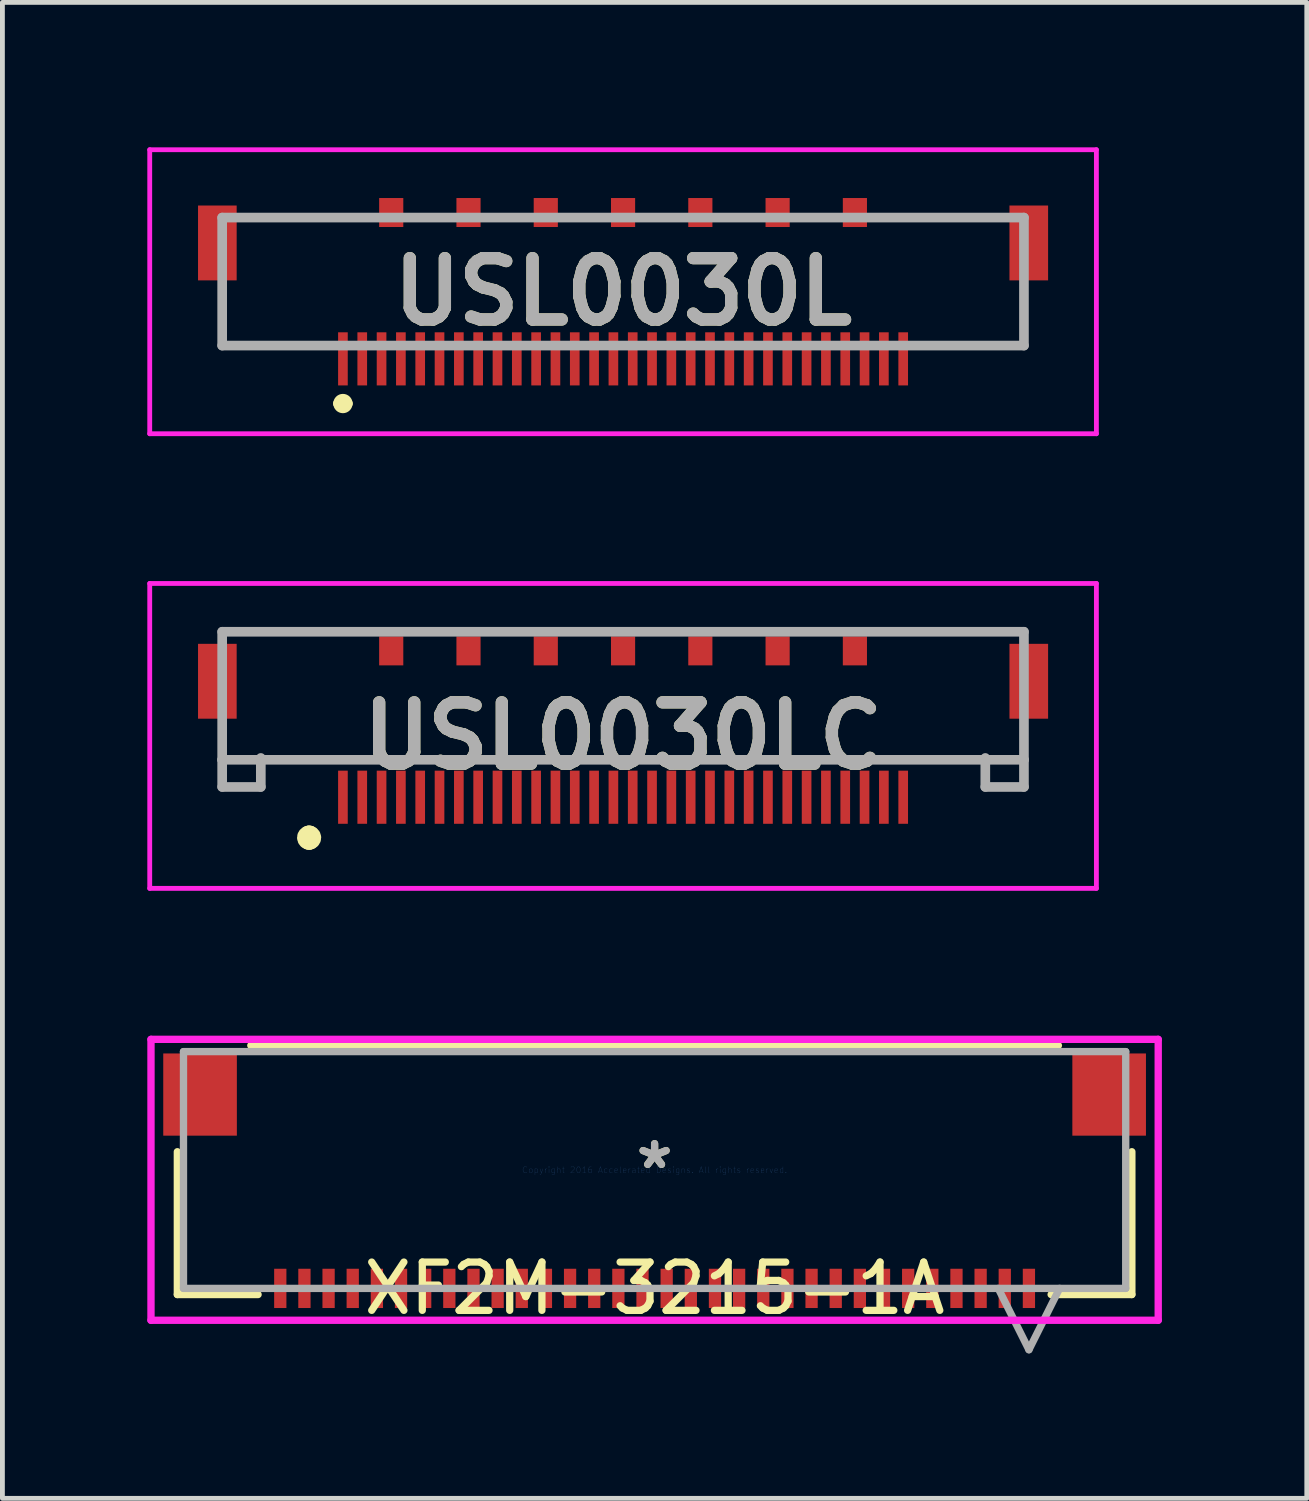
<source format=kicad_pcb>
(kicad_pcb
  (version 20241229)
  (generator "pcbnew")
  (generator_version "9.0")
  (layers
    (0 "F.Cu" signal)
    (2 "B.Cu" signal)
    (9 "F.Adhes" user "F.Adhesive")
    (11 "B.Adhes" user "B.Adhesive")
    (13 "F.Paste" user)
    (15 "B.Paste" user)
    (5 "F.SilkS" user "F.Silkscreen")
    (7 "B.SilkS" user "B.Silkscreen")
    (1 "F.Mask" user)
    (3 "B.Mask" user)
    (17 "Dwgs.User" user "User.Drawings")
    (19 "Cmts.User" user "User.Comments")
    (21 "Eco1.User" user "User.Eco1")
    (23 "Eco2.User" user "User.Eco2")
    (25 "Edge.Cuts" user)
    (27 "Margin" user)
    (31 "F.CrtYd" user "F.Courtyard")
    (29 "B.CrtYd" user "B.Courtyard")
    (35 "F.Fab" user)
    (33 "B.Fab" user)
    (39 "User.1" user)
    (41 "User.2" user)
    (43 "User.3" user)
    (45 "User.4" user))
  (footprint "USL0030LC"
    (layer "F.Cu")
    (at 9.85 11.743)
    (property "Reference" "USL0030LC" (at 0 0.444 0) (layer "F.SilkS") (effects (font (size 1.27 1.27) (thickness 0.254))))
    (attr smd)
    (fp_line (start -8.3 -1.713) (end -5.5 -1.713) (stroke (width 0.1) (type solid)) (layer "F.SilkS"))
    (fp_line (start -8.3 0.938) (end -8.3 0.5) (stroke (width 0.1) (type solid)) (layer "F.SilkS"))
    (fp_line (start -6.5 0.938) (end -8.3 0.938) (stroke (width 0.1) (type solid)) (layer "F.SilkS"))
    (fp_line (start -6.5 2.5) (end -6.5 2.5) (stroke (width 0.4) (type solid)) (layer "F.SilkS"))
    (fp_line (start -6.5 2.6) (end -6.5 2.6) (stroke (width 0.4) (type solid)) (layer "F.SilkS"))
    (fp_line (start 5.5 -1.713) (end 7.5 -1.713) (stroke (width 0.1) (type solid)) (layer "F.SilkS"))
    (fp_line (start 6.5 0.938) (end 8.3 0.938) (stroke (width 0.1) (type solid)) (layer "F.SilkS"))
    (fp_line (start 8.3 0.938) (end 8.3 0.5) (stroke (width 0.1) (type solid)) (layer "F.SilkS"))
    (fp_arc (start -6.5 2.5) (mid -6.45 2.55) (end -6.5 2.6) (stroke (width 0.4) (type solid)) (layer "F.SilkS"))
    (fp_arc (start -6.5 2.6) (mid -6.55 2.55) (end -6.5 2.5) (stroke (width 0.4) (type solid)) (layer "F.SilkS"))
    (fp_line (start -9.8 -2.713) (end -9.8 3.6) (stroke (width 0.1) (type solid)) (layer "F.CrtYd"))
    (fp_line (start -9.8 3.6) (end 9.8 3.6) (stroke (width 0.1) (type solid)) (layer "F.CrtYd"))
    (fp_line (start 9.8 -2.713) (end -9.8 -2.713) (stroke (width 0.1) (type solid)) (layer "F.CrtYd"))
    (fp_line (start 9.8 3.6) (end 9.8 -2.713) (stroke (width 0.1) (type solid)) (layer "F.CrtYd"))
    (fp_line (start -8.3 -1.713) (end -8.3 0.938) (stroke (width 0.2) (type solid)) (layer "F.Fab"))
    (fp_line (start -8.3 0.938) (end -8.3 1.5) (stroke (width 0.2) (type solid)) (layer "F.Fab"))
    (fp_line (start -8.3 0.938) (end 8.3 0.938) (stroke (width 0.2) (type solid)) (layer "F.Fab"))
    (fp_line (start -8.3 1.5) (end -7.5 1.5) (stroke (width 0.2) (type solid)) (layer "F.Fab"))
    (fp_line (start -7.5 1.5) (end -7.5 0.9) (stroke (width 0.2) (type solid)) (layer "F.Fab"))
    (fp_line (start 7.5 1.5) (end 7.5 0.9) (stroke (width 0.2) (type solid)) (layer "F.Fab"))
    (fp_line (start 8.3 -1.713) (end -8.3 -1.713) (stroke (width 0.2) (type solid)) (layer "F.Fab"))
    (fp_line (start 8.3 0.938) (end 8.3 -1.713) (stroke (width 0.2) (type solid)) (layer "F.Fab"))
    (fp_line (start 8.3 0.938) (end 8.3 1.5) (stroke (width 0.2) (type solid)) (layer "F.Fab"))
    (fp_line (start 8.3 1.5) (end 7.5 1.5) (stroke (width 0.2) (type solid)) (layer "F.Fab"))
    (fp_text user "${REFERENCE}" (at 0 0.444 0) (layer "F.Fab") (effects (font (size 1.27 1.27) (thickness 0.254))))
    (pad "1" smd rect (at -5.8 1.713) (size 0.2 1.1) (layers "F.Cu" "F.Mask" "F.Paste"))
    (pad "2" smd rect (at -5.4 1.713) (size 0.2 1.1) (layers "F.Cu" "F.Mask" "F.Paste"))
    (pad "3" smd rect (at -5 1.713) (size 0.2 1.1) (layers "F.Cu" "F.Mask" "F.Paste"))
    (pad "4" smd rect (at -4.6 1.713) (size 0.2 1.1) (layers "F.Cu" "F.Mask" "F.Paste"))
    (pad "5" smd rect (at -4.2 1.713) (size 0.2 1.1) (layers "F.Cu" "F.Mask" "F.Paste"))
    (pad "6" smd rect (at -3.8 1.713) (size 0.2 1.1) (layers "F.Cu" "F.Mask" "F.Paste"))
    (pad "7" smd rect (at -3.4 1.713) (size 0.2 1.1) (layers "F.Cu" "F.Mask" "F.Paste"))
    (pad "8" smd rect (at -3 1.713) (size 0.2 1.1) (layers "F.Cu" "F.Mask" "F.Paste"))
    (pad "9" smd rect (at -2.6 1.713) (size 0.2 1.1) (layers "F.Cu" "F.Mask" "F.Paste"))
    (pad "10" smd rect (at -2.2 1.713) (size 0.2 1.1) (layers "F.Cu" "F.Mask" "F.Paste"))
    (pad "11" smd rect (at -1.8 1.713) (size 0.2 1.1) (layers "F.Cu" "F.Mask" "F.Paste"))
    (pad "12" smd rect (at -1.4 1.713) (size 0.2 1.1) (layers "F.Cu" "F.Mask" "F.Paste"))
    (pad "13" smd rect (at -1 1.713) (size 0.2 1.1) (layers "F.Cu" "F.Mask" "F.Paste"))
    (pad "14" smd rect (at -0.6 1.713) (size 0.2 1.1) (layers "F.Cu" "F.Mask" "F.Paste"))
    (pad "15" smd rect (at -0.2 1.713) (size 0.2 1.1) (layers "F.Cu" "F.Mask" "F.Paste"))
    (pad "16" smd rect (at 0.2 1.713) (size 0.2 1.1) (layers "F.Cu" "F.Mask" "F.Paste"))
    (pad "17" smd rect (at 0.6 1.713) (size 0.2 1.1) (layers "F.Cu" "F.Mask" "F.Paste"))
    (pad "18" smd rect (at 1 1.713) (size 0.2 1.1) (layers "F.Cu" "F.Mask" "F.Paste"))
    (pad "19" smd rect (at 1.4 1.713) (size 0.2 1.1) (layers "F.Cu" "F.Mask" "F.Paste"))
    (pad "20" smd rect (at 1.8 1.713) (size 0.2 1.1) (layers "F.Cu" "F.Mask" "F.Paste"))
    (pad "21" smd rect (at 2.2 1.713) (size 0.2 1.1) (layers "F.Cu" "F.Mask" "F.Paste"))
    (pad "22" smd rect (at 2.6 1.713) (size 0.2 1.1) (layers "F.Cu" "F.Mask" "F.Paste"))
    (pad "23" smd rect (at 3 1.713) (size 0.2 1.1) (layers "F.Cu" "F.Mask" "F.Paste"))
    (pad "24" smd rect (at 3.4 1.713) (size 0.2 1.1) (layers "F.Cu" "F.Mask" "F.Paste"))
    (pad "25" smd rect (at 3.8 1.713) (size 0.2 1.1) (layers "F.Cu" "F.Mask" "F.Paste"))
    (pad "26" smd rect (at 4.2 1.713) (size 0.2 1.1) (layers "F.Cu" "F.Mask" "F.Paste"))
    (pad "27" smd rect (at 4.6 1.713) (size 0.2 1.1) (layers "F.Cu" "F.Mask" "F.Paste"))
    (pad "28" smd rect (at 5 1.713) (size 0.2 1.1) (layers "F.Cu" "F.Mask" "F.Paste"))
    (pad "29" smd rect (at 5.4 1.713) (size 0.2 1.1) (layers "F.Cu" "F.Mask" "F.Paste"))
    (pad "30" smd rect (at 5.8 1.713) (size 0.2 1.1) (layers "F.Cu" "F.Mask" "F.Paste"))
    (pad "MP1" smd rect (at -8.4 -0.688) (size 0.8 1.55) (layers "F.Cu" "F.Mask" "F.Paste"))
    (pad "MP2" smd rect (at 8.4 -0.688) (size 0.8 1.55) (layers "F.Cu" "F.Mask" "F.Paste"))
    (pad "MP3" smd rect (at -4.8 -1.317) (size 0.5 0.6) (layers "F.Cu" "F.Mask" "F.Paste"))
    (pad "MP4" smd rect (at -3.2 -1.317) (size 0.5 0.6) (layers "F.Cu" "F.Mask" "F.Paste"))
    (pad "MP5" smd rect (at -1.6 -1.317) (size 0.5 0.6) (layers "F.Cu" "F.Mask" "F.Paste"))
    (pad "MP6" smd rect (at 0 -1.317) (size 0.5 0.6) (layers "F.Cu" "F.Mask" "F.Paste"))
    (pad "MP7" smd rect (at 1.6 -1.317) (size 0.5 0.6) (layers "F.Cu" "F.Mask" "F.Paste"))
    (pad "MP8" smd rect (at 3.2 -1.317) (size 0.5 0.6) (layers "F.Cu" "F.Mask" "F.Paste"))
    (pad "MP9" smd rect (at 4.8 -1.317) (size 0.5 0.6) (layers "F.Cu" "F.Mask" "F.Paste")))
  (footprint "USL0030L"
    (layer "F.Cu")
    (at 9.85 4.105)
    (property "Reference" "USL0030L" (at 0 -1.115 0) (layer "F.SilkS") (effects (font (size 1.27 1.27) (thickness 0.254))))
    (attr smd)
    (fp_line (start -8.3 -1) (end -8.3 0) (stroke (width 0.1) (type solid)) (layer "F.SilkS"))
    (fp_line (start -8.3 0) (end -6.5 0) (stroke (width 0.1) (type solid)) (layer "F.SilkS"))
    (fp_line (start -7.5 -2.65) (end -5.5 -2.65) (stroke (width 0.1) (type solid)) (layer "F.SilkS"))
    (fp_line (start -5.9 1.2) (end -5.9 1.2) (stroke (width 0.2) (type solid)) (layer "F.SilkS"))
    (fp_line (start -5.7 1.2) (end -5.7 1.2) (stroke (width 0.2) (type solid)) (layer "F.SilkS"))
    (fp_line (start 5.5 -2.65) (end 7.5 -2.65) (stroke (width 0.1) (type solid)) (layer "F.SilkS"))
    (fp_line (start 6.5 0) (end 8.3 0) (stroke (width 0.1) (type solid)) (layer "F.SilkS"))
    (fp_line (start 8.3 0) (end 8.3 -1) (stroke (width 0.1) (type solid)) (layer "F.SilkS"))
    (fp_arc (start -5.9 1.2) (mid -5.8 1.1) (end -5.7 1.2) (stroke (width 0.2) (type solid)) (layer "F.SilkS"))
    (fp_arc (start -5.7 1.2) (mid -5.8 1.3) (end -5.9 1.2) (stroke (width 0.2) (type solid)) (layer "F.SilkS"))
    (fp_line (start -9.8 -4.055) (end 9.8 -4.055) (stroke (width 0.1) (type solid)) (layer "F.CrtYd"))
    (fp_line (start -9.8 1.825) (end -9.8 -4.055) (stroke (width 0.1) (type solid)) (layer "F.CrtYd"))
    (fp_line (start 9.8 -4.055) (end 9.8 1.825) (stroke (width 0.1) (type solid)) (layer "F.CrtYd"))
    (fp_line (start 9.8 1.825) (end -9.8 1.825) (stroke (width 0.1) (type solid)) (layer "F.CrtYd"))
    (fp_line (start -8.3 -2.65) (end 8.3 -2.65) (stroke (width 0.2) (type solid)) (layer "F.Fab"))
    (fp_line (start -8.3 0) (end -8.3 -2.65) (stroke (width 0.2) (type solid)) (layer "F.Fab"))
    (fp_line (start 8.3 -2.65) (end 8.3 0) (stroke (width 0.2) (type solid)) (layer "F.Fab"))
    (fp_line (start 8.3 0) (end -8.3 0) (stroke (width 0.2) (type solid)) (layer "F.Fab"))
    (fp_text user "${REFERENCE}" (at 0 -1.115 0) (layer "F.Fab") (effects (font (size 1.27 1.27) (thickness 0.254))))
    (pad "1" smd rect (at -5.8 0.275) (size 0.2 1.1) (layers "F.Cu" "F.Mask" "F.Paste"))
    (pad "2" smd rect (at -5.4 0.275) (size 0.2 1.1) (layers "F.Cu" "F.Mask" "F.Paste"))
    (pad "3" smd rect (at -5 0.275) (size 0.2 1.1) (layers "F.Cu" "F.Mask" "F.Paste"))
    (pad "4" smd rect (at -4.6 0.275) (size 0.2 1.1) (layers "F.Cu" "F.Mask" "F.Paste"))
    (pad "5" smd rect (at -4.2 0.275) (size 0.2 1.1) (layers "F.Cu" "F.Mask" "F.Paste"))
    (pad "6" smd rect (at -3.8 0.275) (size 0.2 1.1) (layers "F.Cu" "F.Mask" "F.Paste"))
    (pad "7" smd rect (at -3.4 0.275) (size 0.2 1.1) (layers "F.Cu" "F.Mask" "F.Paste"))
    (pad "8" smd rect (at -3 0.275) (size 0.2 1.1) (layers "F.Cu" "F.Mask" "F.Paste"))
    (pad "9" smd rect (at -2.6 0.275) (size 0.2 1.1) (layers "F.Cu" "F.Mask" "F.Paste"))
    (pad "10" smd rect (at -2.2 0.275) (size 0.2 1.1) (layers "F.Cu" "F.Mask" "F.Paste"))
    (pad "11" smd rect (at -1.8 0.275) (size 0.2 1.1) (layers "F.Cu" "F.Mask" "F.Paste"))
    (pad "12" smd rect (at -1.4 0.275) (size 0.2 1.1) (layers "F.Cu" "F.Mask" "F.Paste"))
    (pad "13" smd rect (at -1 0.275) (size 0.2 1.1) (layers "F.Cu" "F.Mask" "F.Paste"))
    (pad "14" smd rect (at -0.6 0.275) (size 0.2 1.1) (layers "F.Cu" "F.Mask" "F.Paste"))
    (pad "15" smd rect (at -0.2 0.275) (size 0.2 1.1) (layers "F.Cu" "F.Mask" "F.Paste"))
    (pad "16" smd rect (at 0.2 0.275) (size 0.2 1.1) (layers "F.Cu" "F.Mask" "F.Paste"))
    (pad "17" smd rect (at 0.6 0.275) (size 0.2 1.1) (layers "F.Cu" "F.Mask" "F.Paste"))
    (pad "18" smd rect (at 1 0.275) (size 0.2 1.1) (layers "F.Cu" "F.Mask" "F.Paste"))
    (pad "19" smd rect (at 1.4 0.275) (size 0.2 1.1) (layers "F.Cu" "F.Mask" "F.Paste"))
    (pad "20" smd rect (at 1.8 0.275) (size 0.2 1.1) (layers "F.Cu" "F.Mask" "F.Paste"))
    (pad "21" smd rect (at 2.2 0.275) (size 0.2 1.1) (layers "F.Cu" "F.Mask" "F.Paste"))
    (pad "22" smd rect (at 2.6 0.275) (size 0.2 1.1) (layers "F.Cu" "F.Mask" "F.Paste"))
    (pad "23" smd rect (at 3 0.275) (size 0.2 1.1) (layers "F.Cu" "F.Mask" "F.Paste"))
    (pad "24" smd rect (at 3.4 0.275) (size 0.2 1.1) (layers "F.Cu" "F.Mask" "F.Paste"))
    (pad "25" smd rect (at 3.8 0.275) (size 0.2 1.1) (layers "F.Cu" "F.Mask" "F.Paste"))
    (pad "26" smd rect (at 4.2 0.275) (size 0.2 1.1) (layers "F.Cu" "F.Mask" "F.Paste"))
    (pad "27" smd rect (at 4.6 0.275) (size 0.2 1.1) (layers "F.Cu" "F.Mask" "F.Paste"))
    (pad "28" smd rect (at 5 0.275) (size 0.2 1.1) (layers "F.Cu" "F.Mask" "F.Paste"))
    (pad "29" smd rect (at 5.4 0.275) (size 0.2 1.1) (layers "F.Cu" "F.Mask" "F.Paste"))
    (pad "30" smd rect (at 5.8 0.275) (size 0.2 1.1) (layers "F.Cu" "F.Mask" "F.Paste"))
    (pad "G1" smd rect (at -4.8 -2.755) (size 0.5 0.6) (layers "F.Cu" "F.Mask" "F.Paste"))
    (pad "G2" smd rect (at -3.2 -2.755) (size 0.5 0.6) (layers "F.Cu" "F.Mask" "F.Paste"))
    (pad "G3" smd rect (at -1.6 -2.755) (size 0.5 0.6) (layers "F.Cu" "F.Mask" "F.Paste"))
    (pad "G4" smd rect (at 0 -2.755) (size 0.5 0.6) (layers "F.Cu" "F.Mask" "F.Paste"))
    (pad "G5" smd rect (at 1.6 -2.755) (size 0.5 0.6) (layers "F.Cu" "F.Mask" "F.Paste"))
    (pad "G6" smd rect (at 3.2 -2.755) (size 0.5 0.6) (layers "F.Cu" "F.Mask" "F.Paste"))
    (pad "G7" smd rect (at 4.8 -2.755) (size 0.5 0.6) (layers "F.Cu" "F.Mask" "F.Paste"))
    (pad "G8" smd rect (at -8.4 -2.125) (size 0.8 1.55) (layers "F.Cu" "F.Mask" "F.Paste"))
    (pad "G9" smd rect (at 8.4 -2.125) (size 0.8 1.55) (layers "F.Cu" "F.Mask" "F.Paste")))
  (footprint "XF2M-3215-1A"
    (layer "F.Cu")
    (at 10.503 21.174)
    (property "Reference" "XF2M-3215-1A" (at 0 2.451 0) (layer "F.SilkS") (effects (font (size 1 1) (thickness 0.15))))
    (attr through_hole)
    (fp_line (start -9.881 -0.378) (end -9.881 2.578) (stroke (width 0.152) (type solid)) (layer "F.SilkS"))
    (fp_line (start -9.881 2.578) (end -8.21 2.578) (stroke (width 0.152) (type solid)) (layer "F.SilkS"))
    (fp_line (start 8.21 2.578) (end 9.881 2.578) (stroke (width 0.152) (type solid)) (layer "F.SilkS"))
    (fp_line (start 8.36 -2.578) (end -8.36 -2.578) (stroke (width 0.152) (type solid)) (layer "F.SilkS"))
    (fp_line (start 9.881 2.578) (end 9.881 -0.378) (stroke (width 0.152) (type solid)) (layer "F.SilkS"))
    (fp_line (start -10.427 -2.705) (end -10.427 3.111) (stroke (width 0.152) (type solid)) (layer "F.CrtYd"))
    (fp_line (start -10.427 3.111) (end 10.427 3.111) (stroke (width 0.152) (type solid)) (layer "F.CrtYd"))
    (fp_line (start 10.427 -2.705) (end -10.427 -2.705) (stroke (width 0.152) (type solid)) (layer "F.CrtYd"))
    (fp_line (start 10.427 3.111) (end 10.427 -2.705) (stroke (width 0.152) (type solid)) (layer "F.CrtYd"))
    (fp_line (start -9.754 -2.451) (end -9.754 2.451) (stroke (width 0.152) (type solid)) (layer "F.Fab"))
    (fp_line (start -9.754 2.451) (end 9.754 2.451) (stroke (width 0.152) (type solid)) (layer "F.Fab"))
    (fp_line (start 7.115 2.451) (end 7.75 3.721) (stroke (width 0.152) (type solid)) (layer "F.Fab"))
    (fp_line (start 8.385 2.451) (end 7.75 3.721) (stroke (width 0.152) (type solid)) (layer "F.Fab"))
    (fp_line (start 9.754 -2.451) (end -9.754 -2.451) (stroke (width 0.152) (type solid)) (layer "F.Fab"))
    (fp_line (start 9.754 2.451) (end 9.754 -2.451) (stroke (width 0.152) (type solid)) (layer "F.Fab"))
    (fp_text user "*" (at 0 0 0) (layer "F.SilkS") (effects (font (size 1 1) (thickness 0.15))))
    (fp_text user "Copyright 2016 Accelerated Designs. All rights reserved." (at 0 0 0) (layer "Cmts.User") (effects (font (size 0.127 0.127) (thickness 0.002))))
    (fp_text user "*" (at 0 0 0) (layer "F.Fab") (effects (font (size 1 1) (thickness 0.15))))
    (pad "1" smd rect (at 7.75 2.451) (size 0.254 0.813) (layers "F.Cu" "F.Mask" "F.Paste"))
    (pad "2" smd rect (at 7.25 2.451) (size 0.254 0.813) (layers "F.Cu" "F.Mask" "F.Paste"))
    (pad "3" smd rect (at 6.75 2.451) (size 0.254 0.813) (layers "F.Cu" "F.Mask" "F.Paste"))
    (pad "4" smd rect (at 6.25 2.451) (size 0.254 0.813) (layers "F.Cu" "F.Mask" "F.Paste"))
    (pad "5" smd rect (at 5.75 2.451) (size 0.254 0.813) (layers "F.Cu" "F.Mask" "F.Paste"))
    (pad "6" smd rect (at 5.25 2.451) (size 0.254 0.813) (layers "F.Cu" "F.Mask" "F.Paste"))
    (pad "7" smd rect (at 4.75 2.451) (size 0.254 0.813) (layers "F.Cu" "F.Mask" "F.Paste"))
    (pad "8" smd rect (at 4.25 2.451) (size 0.254 0.813) (layers "F.Cu" "F.Mask" "F.Paste"))
    (pad "9" smd rect (at 3.75 2.451) (size 0.254 0.813) (layers "F.Cu" "F.Mask" "F.Paste"))
    (pad "10" smd rect (at 3.25 2.451) (size 0.254 0.813) (layers "F.Cu" "F.Mask" "F.Paste"))
    (pad "11" smd rect (at 2.75 2.451) (size 0.254 0.813) (layers "F.Cu" "F.Mask" "F.Paste"))
    (pad "12" smd rect (at 2.25 2.451) (size 0.254 0.813) (layers "F.Cu" "F.Mask" "F.Paste"))
    (pad "13" smd rect (at 1.75 2.451) (size 0.254 0.813) (layers "F.Cu" "F.Mask" "F.Paste"))
    (pad "14" smd rect (at 1.25 2.451) (size 0.254 0.813) (layers "F.Cu" "F.Mask" "F.Paste"))
    (pad "15" smd rect (at 0.75 2.451) (size 0.254 0.813) (layers "F.Cu" "F.Mask" "F.Paste"))
    (pad "16" smd rect (at 0.25 2.451) (size 0.254 0.813) (layers "F.Cu" "F.Mask" "F.Paste"))
    (pad "17" smd rect (at -0.25 2.451) (size 0.254 0.813) (layers "F.Cu" "F.Mask" "F.Paste"))
    (pad "18" smd rect (at -0.75 2.451) (size 0.254 0.813) (layers "F.Cu" "F.Mask" "F.Paste"))
    (pad "19" smd rect (at -1.25 2.451) (size 0.254 0.813) (layers "F.Cu" "F.Mask" "F.Paste"))
    (pad "20" smd rect (at -1.75 2.451) (size 0.254 0.813) (layers "F.Cu" "F.Mask" "F.Paste"))
    (pad "21" smd rect (at -2.25 2.451) (size 0.254 0.813) (layers "F.Cu" "F.Mask" "F.Paste"))
    (pad "22" smd rect (at -2.75 2.451) (size 0.254 0.813) (layers "F.Cu" "F.Mask" "F.Paste"))
    (pad "23" smd rect (at -3.25 2.451) (size 0.254 0.813) (layers "F.Cu" "F.Mask" "F.Paste"))
    (pad "24" smd rect (at -3.75 2.451) (size 0.254 0.813) (layers "F.Cu" "F.Mask" "F.Paste"))
    (pad "25" smd rect (at -4.25 2.451) (size 0.254 0.813) (layers "F.Cu" "F.Mask" "F.Paste"))
    (pad "26" smd rect (at -4.75 2.451) (size 0.254 0.813) (layers "F.Cu" "F.Mask" "F.Paste"))
    (pad "27" smd rect (at -5.25 2.451) (size 0.254 0.813) (layers "F.Cu" "F.Mask" "F.Paste"))
    (pad "28" smd rect (at -5.75 2.451) (size 0.254 0.813) (layers "F.Cu" "F.Mask" "F.Paste"))
    (pad "29" smd rect (at -6.25 2.451) (size 0.254 0.813) (layers "F.Cu" "F.Mask" "F.Paste"))
    (pad "30" smd rect (at -6.75 2.451) (size 0.254 0.813) (layers "F.Cu" "F.Mask" "F.Paste"))
    (pad "31" smd rect (at -7.25 2.451) (size 0.254 0.813) (layers "F.Cu" "F.Mask" "F.Paste"))
    (pad "32" smd rect (at -7.75 2.451) (size 0.254 0.813) (layers "F.Cu" "F.Mask" "F.Paste"))
    (pad "33" smd rect (at -9.411 -1.562) (size 1.524 1.702) (layers "F.Cu" "F.Mask" "F.Paste"))
    (pad "34" smd rect (at 9.411 -1.562) (size 1.524 1.702) (layers "F.Cu" "F.Mask" "F.Paste")))
  (gr_rect
    (start -3 -3)
    (end 24.006 27.972)
    (stroke (width 0.1) (type default))
    (fill no)
    (layer "Edge.Cuts")))
</source>
